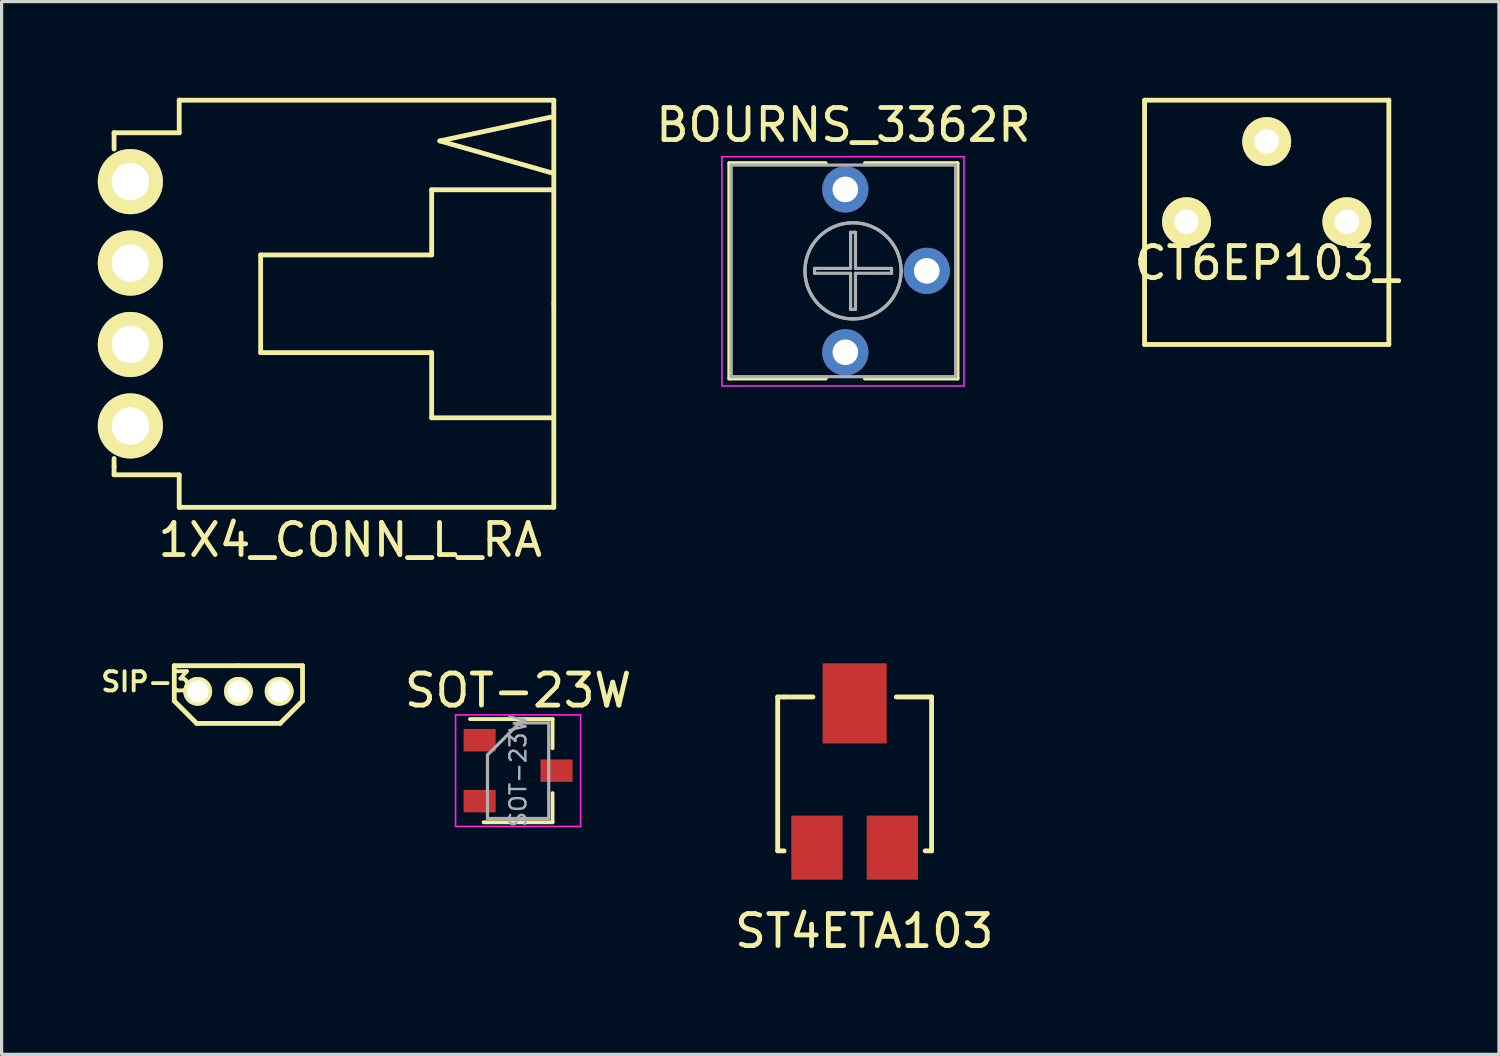
<source format=kicad_pcb>
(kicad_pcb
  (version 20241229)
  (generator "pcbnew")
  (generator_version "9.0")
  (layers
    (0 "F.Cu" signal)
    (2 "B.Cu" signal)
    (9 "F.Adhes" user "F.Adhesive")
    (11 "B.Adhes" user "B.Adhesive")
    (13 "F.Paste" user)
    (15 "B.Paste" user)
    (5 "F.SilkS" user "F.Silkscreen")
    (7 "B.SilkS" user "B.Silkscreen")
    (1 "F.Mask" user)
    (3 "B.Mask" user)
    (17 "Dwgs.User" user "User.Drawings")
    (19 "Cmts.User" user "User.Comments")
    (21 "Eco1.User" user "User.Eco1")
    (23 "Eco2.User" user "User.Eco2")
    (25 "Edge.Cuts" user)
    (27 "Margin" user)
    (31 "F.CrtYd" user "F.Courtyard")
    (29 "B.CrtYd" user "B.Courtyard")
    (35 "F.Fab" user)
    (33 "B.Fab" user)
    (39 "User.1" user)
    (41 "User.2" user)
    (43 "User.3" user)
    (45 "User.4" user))
  (footprint "1X4_CONN_L_RA"
    (layer "F.Cu")
    (at 1.016 6.425)
    (property "Reference" "1X4_CONN_L_RA" (at 6.858 7.366 0) (layer "F.SilkS") (effects (font (size 1 1) (thickness 0.15))))
    (attr through_hole)
    (fp_line (start -0.508 -5.334) (end -0.508 -4.826) (stroke (width 0.15) (type solid)) (layer "F.SilkS"))
    (fp_line (start -0.508 -5.334) (end 1.524 -5.334) (stroke (width 0.15) (type solid)) (layer "F.SilkS"))
    (fp_line (start -0.508 5.08) (end -0.508 4.826) (stroke (width 0.15) (type solid)) (layer "F.SilkS"))
    (fp_line (start -0.508 5.08) (end -0.508 5.334) (stroke (width 0.15) (type solid)) (layer "F.SilkS"))
    (fp_line (start -0.508 5.334) (end 1.524 5.334) (stroke (width 0.15) (type solid)) (layer "F.SilkS"))
    (fp_line (start 1.524 -6.35) (end 13.208 -6.35) (stroke (width 0.15) (type solid)) (layer "F.SilkS"))
    (fp_line (start 1.524 -5.334) (end 1.524 -6.35) (stroke (width 0.15) (type solid)) (layer "F.SilkS"))
    (fp_line (start 1.524 5.334) (end 1.524 6.35) (stroke (width 0.15) (type solid)) (layer "F.SilkS"))
    (fp_line (start 1.524 6.35) (end 13.208 6.35) (stroke (width 0.15) (type solid)) (layer "F.SilkS"))
    (fp_line (start 4.064 -1.524) (end 4.064 1.524) (stroke (width 0.15) (type solid)) (layer "F.SilkS"))
    (fp_line (start 9.398 -3.556) (end 9.398 -1.524) (stroke (width 0.15) (type solid)) (layer "F.SilkS"))
    (fp_line (start 9.398 -3.556) (end 13.208 -3.556) (stroke (width 0.15) (type solid)) (layer "F.SilkS"))
    (fp_line (start 9.398 -1.524) (end 4.064 -1.524) (stroke (width 0.15) (type solid)) (layer "F.SilkS"))
    (fp_line (start 9.398 1.524) (end 4.064 1.524) (stroke (width 0.15) (type solid)) (layer "F.SilkS"))
    (fp_line (start 9.398 1.524) (end 9.398 3.556) (stroke (width 0.15) (type solid)) (layer "F.SilkS"))
    (fp_line (start 9.398 3.556) (end 13.208 3.556) (stroke (width 0.15) (type solid)) (layer "F.SilkS"))
    (fp_line (start 9.652 -5.08) (end 13.208 -5.842) (stroke (width 0.15) (type solid)) (layer "F.SilkS"))
    (fp_line (start 9.652 -5.08) (end 13.208 -4.064) (stroke (width 0.15) (type solid)) (layer "F.SilkS"))
    (fp_line (start 13.208 -6.096) (end 13.208 -6.35) (stroke (width 0.15) (type solid)) (layer "F.SilkS"))
    (fp_line (start 13.208 0) (end 13.208 -6.096) (stroke (width 0.15) (type solid)) (layer "F.SilkS"))
    (fp_line (start 13.208 0) (end 13.208 6.35) (stroke (width 0.15) (type solid)) (layer "F.SilkS"))
    (pad "1" thru_hole circle (at 0 -3.81) (size 2.032 2.032) (drill 1.168) (layers "*.Cu" "*.Mask" "F.SilkS"))
    (pad "2" thru_hole circle (at 0 -1.27) (size 2.032 2.032) (drill 1.168) (layers "*.Cu" "*.Mask" "F.SilkS"))
    (pad "3" thru_hole circle (at 0 1.27) (size 2.032 2.032) (drill 1.168) (layers "*.Cu" "*.Mask" "F.SilkS"))
    (pad "4" thru_hole circle (at 0 3.81) (size 2.032 2.032) (drill 1.168) (layers "*.Cu" "*.Mask" "F.SilkS")))
  (footprint "BOURNS_3362R"
    (layer "F.Cu")
    (at 23.317 7.938)
    (property "Reference" "BOURNS_3362R" (at -0.06 -7.09 0) (layer "F.SilkS") (effects (font (size 1 1) (thickness 0.15))))
    (attr through_hole)
    (fp_line (start -3.62 -5.9) (end -3.62 0.82) (stroke (width 0.12) (type solid)) (layer "F.SilkS"))
    (fp_line (start -3.62 -5.9) (end -0.611 -5.9) (stroke (width 0.12) (type solid)) (layer "F.SilkS"))
    (fp_line (start -3.62 0.82) (end -0.611 0.82) (stroke (width 0.12) (type solid)) (layer "F.SilkS"))
    (fp_line (start 0.611 -5.9) (end 3.5 -5.9) (stroke (width 0.12) (type solid)) (layer "F.SilkS"))
    (fp_line (start 0.611 0.82) (end 3.5 0.82) (stroke (width 0.12) (type solid)) (layer "F.SilkS"))
    (fp_line (start 3.5 -5.9) (end 3.5 0.82) (stroke (width 0.12) (type solid)) (layer "F.SilkS"))
    (fp_line (start -3.85 -6.1) (end -3.85 1.05) (stroke (width 0.05) (type solid)) (layer "F.CrtYd"))
    (fp_line (start -3.85 1.05) (end 3.7 1.05) (stroke (width 0.05) (type solid)) (layer "F.CrtYd"))
    (fp_line (start 3.7 -6.1) (end -3.85 -6.1) (stroke (width 0.05) (type solid)) (layer "F.CrtYd"))
    (fp_line (start 3.7 1.05) (end 3.7 -6.1) (stroke (width 0.05) (type solid)) (layer "F.CrtYd"))
    (fp_line (start -3.56 -5.84) (end -3.56 0.76) (stroke (width 0.1) (type solid)) (layer "F.Fab"))
    (fp_line (start -3.56 0.76) (end 3.44 0.76) (stroke (width 0.1) (type solid)) (layer "F.Fab"))
    (fp_line (start -0.961 -2.616) (end 0.164 -2.616) (stroke (width 0.1) (type solid)) (layer "F.Fab"))
    (fp_line (start -0.961 -2.464) (end -0.961 -2.616) (stroke (width 0.1) (type solid)) (layer "F.Fab"))
    (fp_line (start 0.164 -3.741) (end 0.316 -3.741) (stroke (width 0.1) (type solid)) (layer "F.Fab"))
    (fp_line (start 0.164 -2.616) (end 0.164 -3.741) (stroke (width 0.1) (type solid)) (layer "F.Fab"))
    (fp_line (start 0.164 -2.464) (end -0.961 -2.464) (stroke (width 0.1) (type solid)) (layer "F.Fab"))
    (fp_line (start 0.164 -1.339) (end 0.164 -2.464) (stroke (width 0.1) (type solid)) (layer "F.Fab"))
    (fp_line (start 0.316 -3.741) (end 0.316 -2.616) (stroke (width 0.1) (type solid)) (layer "F.Fab"))
    (fp_line (start 0.316 -2.616) (end 1.441 -2.616) (stroke (width 0.1) (type solid)) (layer "F.Fab"))
    (fp_line (start 0.316 -2.464) (end 0.316 -1.339) (stroke (width 0.1) (type solid)) (layer "F.Fab"))
    (fp_line (start 0.316 -1.339) (end 0.164 -1.339) (stroke (width 0.1) (type solid)) (layer "F.Fab"))
    (fp_line (start 1.441 -2.616) (end 1.441 -2.464) (stroke (width 0.1) (type solid)) (layer "F.Fab"))
    (fp_line (start 1.441 -2.464) (end 0.316 -2.464) (stroke (width 0.1) (type solid)) (layer "F.Fab"))
    (fp_line (start 3.44 -5.84) (end -3.56 -5.84) (stroke (width 0.1) (type solid)) (layer "F.Fab"))
    (fp_line (start 3.44 0.76) (end 3.44 -5.84) (stroke (width 0.1) (type solid)) (layer "F.Fab"))
    (fp_circle (center 0.24 -2.54) (end 1.74 -2.54) (stroke (width 0.1) (type solid)) (fill no) (layer "F.Fab"))
    (fp_circle (center 0.24 -2.54) (end 1.74 -2.54) (stroke (width 0.1) (type solid)) (fill no) (layer "F.Fab"))
    (pad "1" thru_hole circle (at 0 0) (size 1.44 1.44) (drill 0.8) (layers "*.Cu" "*.Mask"))
    (pad "2" thru_hole circle (at 2.54 -2.54) (size 1.44 1.44) (drill 0.8) (layers "*.Cu" "*.Mask"))
    (pad "3" thru_hole circle (at 0 -5.08) (size 1.44 1.44) (drill 0.8) (layers "*.Cu" "*.Mask")))
  (footprint "ST4ETA103"
    (layer "F.Cu")
    (at 23.607 20.889)
    (property "Reference" "ST4ETA103" (at 0.3 5.1 0) (layer "F.SilkS") (effects (font (size 1 1) (thickness 0.15))))
    (attr through_hole)
    (fp_line (start -2.4 -2.2) (end -2.4 2.6) (stroke (width 0.15) (type solid)) (layer "F.SilkS"))
    (fp_line (start -2.4 2.6) (end -2.2 2.6) (stroke (width 0.15) (type solid)) (layer "F.SilkS"))
    (fp_line (start -2.2 -2.2) (end -2.4 -2.2) (stroke (width 0.15) (type solid)) (layer "F.SilkS"))
    (fp_line (start -1.3 -2.2) (end -2.2 -2.2) (stroke (width 0.15) (type solid)) (layer "F.SilkS"))
    (fp_line (start 1.3 -2.2) (end 2.4 -2.2) (stroke (width 0.15) (type solid)) (layer "F.SilkS"))
    (fp_line (start 2.4 -2.2) (end 2.4 2.6) (stroke (width 0.15) (type solid)) (layer "F.SilkS"))
    (fp_line (start 2.4 2.6) (end 2.2 2.6) (stroke (width 0.15) (type solid)) (layer "F.SilkS"))
    (pad "1" smd rect (at 0 -2) (size 2 2.5) (layers "F.Cu" "F.Mask" "F.Paste"))
    (pad "2" smd rect (at -1.175 2.5) (size 1.6 2) (layers "F.Cu" "F.Mask" "F.Paste"))
    (pad "3" smd rect (at 1.175 2.5) (size 1.6 2) (layers "F.Cu" "F.Mask" "F.Paste")))
  (footprint "SOT-23W"
    (layer "F.Cu")
    (at 13.11 20.988)
    (property "Reference" "SOT-23W" (at 0 -2.5 0) (layer "F.SilkS") (effects (font (size 1 1) (thickness 0.15))))
    (attr smd)
    (fp_line (start -1.5 -1.61) (end 1.075 -1.61) (stroke (width 0.12) (type solid)) (layer "F.SilkS"))
    (fp_line (start -1.075 1.61) (end 1.075 1.61) (stroke (width 0.12) (type solid)) (layer "F.SilkS"))
    (fp_line (start 1.075 -1.61) (end 1.075 -0.7) (stroke (width 0.12) (type solid)) (layer "F.SilkS"))
    (fp_line (start 1.075 0.7) (end 1.075 1.61) (stroke (width 0.12) (type solid)) (layer "F.SilkS"))
    (fp_line (start -1.95 -1.74) (end 1.95 -1.74) (stroke (width 0.05) (type solid)) (layer "F.CrtYd"))
    (fp_line (start -1.95 1.74) (end -1.95 -1.74) (stroke (width 0.05) (type solid)) (layer "F.CrtYd"))
    (fp_line (start 1.95 -1.74) (end 1.95 1.74) (stroke (width 0.05) (type solid)) (layer "F.CrtYd"))
    (fp_line (start 1.95 1.74) (end -1.95 1.74) (stroke (width 0.05) (type solid)) (layer "F.CrtYd"))
    (fp_line (start -0.955 -0.49) (end -0.955 1.49) (stroke (width 0.1) (type solid)) (layer "F.Fab"))
    (fp_line (start -0.955 -0.49) (end 0.045 -1.49) (stroke (width 0.1) (type solid)) (layer "F.Fab"))
    (fp_line (start -0.955 1.49) (end 0.955 1.49) (stroke (width 0.1) (type solid)) (layer "F.Fab"))
    (fp_line (start 0.045 -1.49) (end 0.955 -1.49) (stroke (width 0.1) (type solid)) (layer "F.Fab"))
    (fp_line (start 0.955 -1.49) (end 0.955 1.49) (stroke (width 0.1) (type solid)) (layer "F.Fab"))
    (fp_text user "${REFERENCE}" (at 0 0 90) (layer "F.Fab") (effects (font (size 0.5 0.5) (thickness 0.075))))
    (pad "1" smd rect (at -1.2 -0.95) (size 1 0.7) (layers "F.Cu" "F.Mask" "F.Paste"))
    (pad "2" smd rect (at -1.2 0.95) (size 1 0.7) (layers "F.Cu" "F.Mask" "F.Paste"))
    (pad "3" smd rect (at 1.2 0) (size 1 0.7) (layers "F.Cu" "F.Mask" "F.Paste")))
  (footprint "SIP-3"
    (layer "F.Cu")
    (at 4.386 18.514)
    (property "Reference" "SIP-3" (at -2.88 -0.3 0) (layer "F.SilkS") (effects (font (size 0.6 0.6) (thickness 0.12))))
    (attr through_hole)
    (fp_line (start -2 -0.8) (end -2 0.3) (stroke (width 0.15) (type solid)) (layer "F.SilkS"))
    (fp_line (start -2 0.3) (end -1.3 1) (stroke (width 0.15) (type solid)) (layer "F.SilkS"))
    (fp_line (start -1.3 1) (end 1.3 1) (stroke (width 0.15) (type solid)) (layer "F.SilkS"))
    (fp_line (start 0 -0.8) (end -2 -0.8) (stroke (width 0.15) (type solid)) (layer "F.SilkS"))
    (fp_line (start 0 -0.8) (end 2 -0.8) (stroke (width 0.15) (type solid)) (layer "F.SilkS"))
    (fp_line (start 1.3 1) (end 2 0.3) (stroke (width 0.15) (type solid)) (layer "F.SilkS"))
    (fp_line (start 2 -0.8) (end 2 0.3) (stroke (width 0.15) (type solid)) (layer "F.SilkS"))
    (pad "1" thru_hole circle (at -1.27 0) (size 0.9 0.9) (drill 0.68) (layers "*.Cu" "*.Mask" "F.SilkS"))
    (pad "2" thru_hole circle (at 0 0) (size 0.9 0.9) (drill 0.68) (layers "*.Cu" "*.Mask" "F.SilkS"))
    (pad "3" thru_hole circle (at 1.27 0) (size 0.9 0.9) (drill 0.68) (layers "*.Cu" "*.Mask" "F.SilkS")))
  (footprint "CT6EP103_"
    (layer "F.Cu")
    (at 36.46 2.615)
    (property "Reference" "CT6EP103_" (at 0 2.54 0) (layer "F.SilkS") (effects (font (size 1 1) (thickness 0.15))))
    (attr through_hole)
    (fp_line (start -3.81 -2.54) (end 3.81 -2.54) (stroke (width 0.15) (type solid)) (layer "F.SilkS"))
    (fp_line (start -3.81 5.08) (end -3.81 -2.54) (stroke (width 0.15) (type solid)) (layer "F.SilkS"))
    (fp_line (start 3.81 -2.54) (end 3.81 5.08) (stroke (width 0.15) (type solid)) (layer "F.SilkS"))
    (fp_line (start 3.81 5.08) (end -3.81 5.08) (stroke (width 0.15) (type solid)) (layer "F.SilkS"))
    (pad "1" thru_hole circle (at 0 -1.25) (size 1.524 1.524) (drill 0.762) (layers "*.Cu" "*.Mask" "F.SilkS"))
    (pad "2" thru_hole circle (at -2.5 1.25) (size 1.524 1.524) (drill 0.762) (layers "*.Cu" "*.Mask" "F.SilkS"))
    (pad "3" thru_hole circle (at 2.5 1.25) (size 1.524 1.524) (drill 0.762) (layers "*.Cu" "*.Mask" "F.SilkS")))
  (gr_rect
    (start -3 -3)
    (end 43.704 29.837)
    (stroke (width 0.1) (type default))
    (fill no)
    (layer "Edge.Cuts")))
</source>
